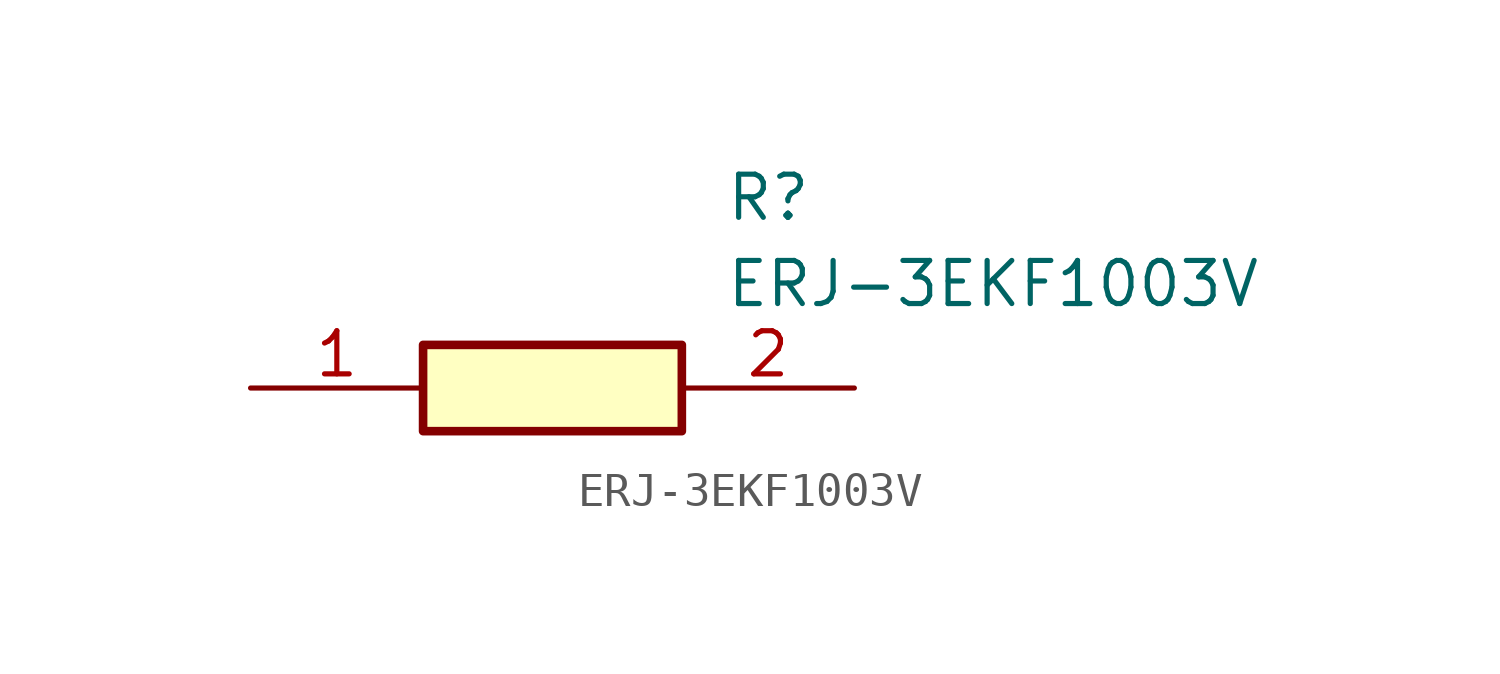
<source format=kicad_sym>
(kicad_symbol_lib
  (version 20211014)
  (generator SamacSys_ECAD_Model)
  (symbol "ERJ-3EKF1003V"
    (pin_names hide)
    (property "Reference" "R"
      (at 13.97 6.35 0)
      (effects (font (size 1.27 1.27)) (justify left top)))
    (property "Value" "ERJ-3EKF1003V"
      (at 13.97 3.81 0)
      (effects (font (size 1.27 1.27)) (justify left top)))
    (rectangle
      (start 5.08 1.27)
      (end 12.7 -1.27)
      (stroke (width 0.254) (type default))
      (fill (type background)))
    (pin passive line
      (at 0 0 0)
      (length 5.08)
      (name "1" (effects (font (size 1.27 1.27))))
      (number "1" (effects (font (size 1.27 1.27)))))
    (pin passive line
      (at 17.78 0 180)
      (length 5.08)
      (name "2" (effects (font (size 1.27 1.27))))
      (number "2" (effects (font (size 1.27 1.27)))))))
</source>
